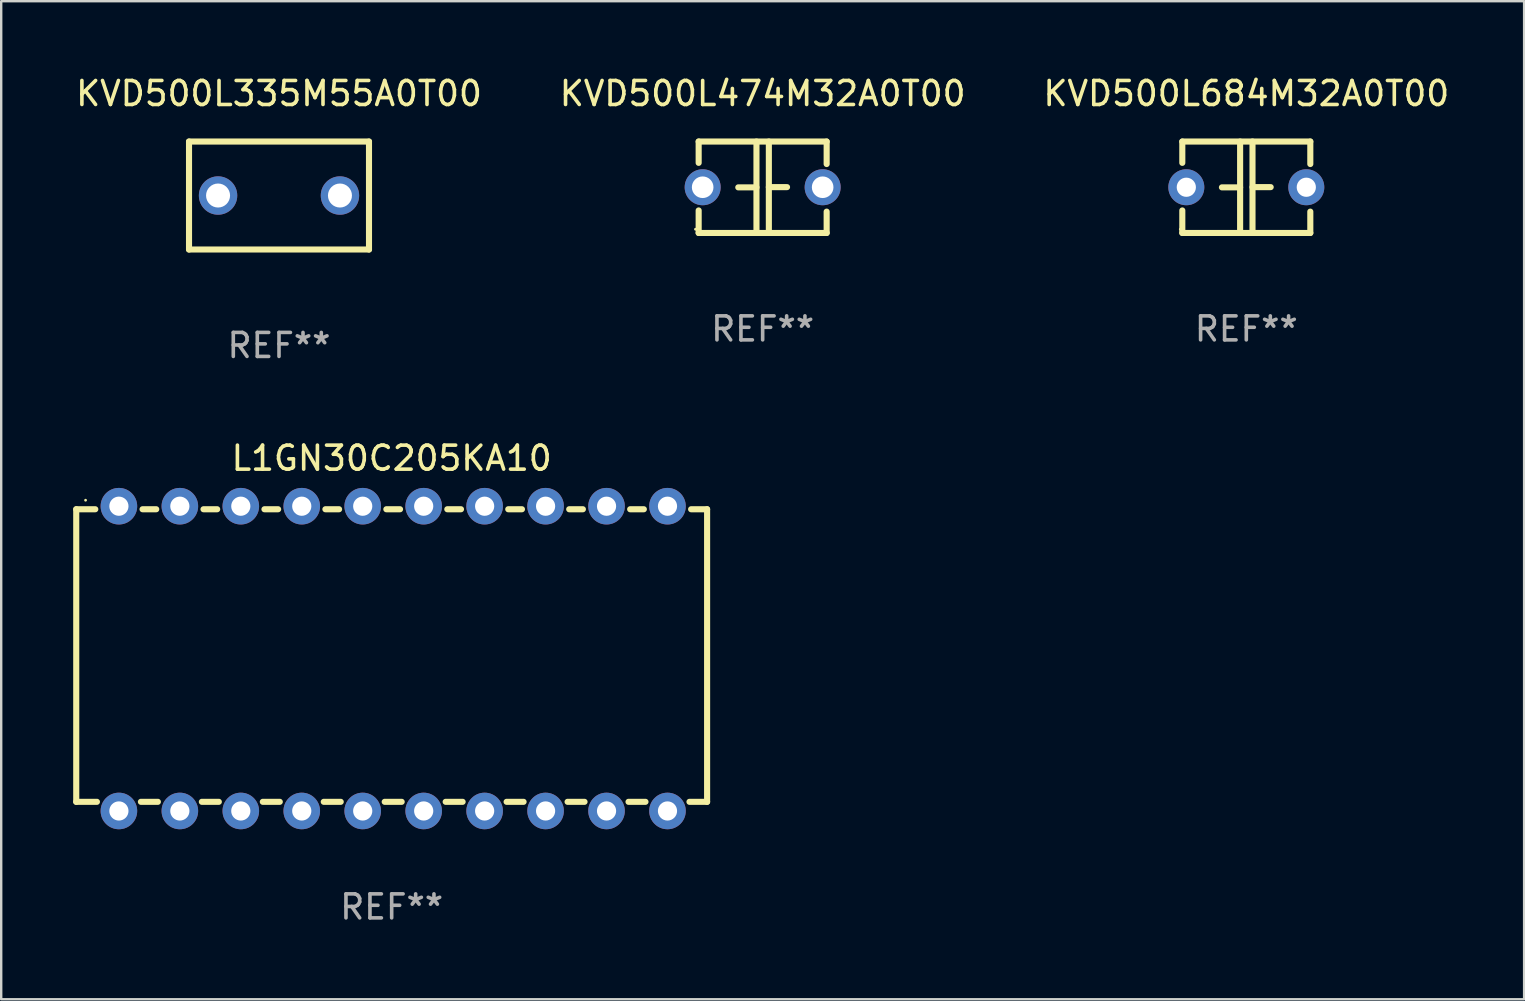
<source format=kicad_pcb>
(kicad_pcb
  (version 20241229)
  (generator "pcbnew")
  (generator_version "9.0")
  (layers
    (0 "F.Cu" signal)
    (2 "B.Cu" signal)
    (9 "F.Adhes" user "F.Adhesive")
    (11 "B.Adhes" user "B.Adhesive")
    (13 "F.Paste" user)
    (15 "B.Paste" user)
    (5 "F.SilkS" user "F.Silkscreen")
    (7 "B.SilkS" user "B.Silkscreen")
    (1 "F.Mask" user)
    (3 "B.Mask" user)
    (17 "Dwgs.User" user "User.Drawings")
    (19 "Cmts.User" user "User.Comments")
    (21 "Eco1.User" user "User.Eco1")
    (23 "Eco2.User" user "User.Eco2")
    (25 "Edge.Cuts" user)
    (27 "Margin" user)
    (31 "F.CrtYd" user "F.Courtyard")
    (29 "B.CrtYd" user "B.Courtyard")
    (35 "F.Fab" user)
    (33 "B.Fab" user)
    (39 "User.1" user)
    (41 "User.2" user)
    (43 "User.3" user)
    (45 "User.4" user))
  (footprint "L1GN30C205KA10"
    (layer "F.Cu")
    (at 13.272 24.395)
    (property "Reference" "L1GN30C205KA10" (at 0 -8.35 0) (layer "F.SilkS") (effects (font (size 1 1) (thickness 0.15))))
    (attr through_hole)
    (fp_line (start -13.145 -6.223) (end -12.351 -6.223) (stroke (width 0.254) (type solid)) (layer "F.SilkS"))
    (fp_line (start -13.145 5.969) (end -13.145 -6.223) (stroke (width 0.254) (type solid)) (layer "F.SilkS"))
    (fp_line (start -12.283 5.969) (end -13.145 5.969) (stroke (width 0.254) (type solid)) (layer "F.SilkS"))
    (fp_line (start -10.382 -6.223) (end -9.811 -6.223) (stroke (width 0.254) (type solid)) (layer "F.SilkS"))
    (fp_line (start -9.743 5.969) (end -10.45 5.969) (stroke (width 0.254) (type solid)) (layer "F.SilkS"))
    (fp_line (start -7.842 -6.223) (end -7.271 -6.223) (stroke (width 0.254) (type solid)) (layer "F.SilkS"))
    (fp_line (start -7.203 5.969) (end -7.91 5.969) (stroke (width 0.254) (type solid)) (layer "F.SilkS"))
    (fp_line (start -5.302 -6.223) (end -4.731 -6.223) (stroke (width 0.254) (type solid)) (layer "F.SilkS"))
    (fp_line (start -4.663 5.969) (end -5.37 5.969) (stroke (width 0.254) (type solid)) (layer "F.SilkS"))
    (fp_line (start -2.762 -6.223) (end -2.191 -6.223) (stroke (width 0.254) (type solid)) (layer "F.SilkS"))
    (fp_line (start -2.123 5.969) (end -2.83 5.969) (stroke (width 0.254) (type solid)) (layer "F.SilkS"))
    (fp_line (start -0.222 -6.223) (end 0.349 -6.223) (stroke (width 0.254) (type solid)) (layer "F.SilkS"))
    (fp_line (start 0.417 5.969) (end -0.29 5.969) (stroke (width 0.254) (type solid)) (layer "F.SilkS"))
    (fp_line (start 2.318 -6.223) (end 2.889 -6.223) (stroke (width 0.254) (type solid)) (layer "F.SilkS"))
    (fp_line (start 2.957 5.969) (end 2.25 5.969) (stroke (width 0.254) (type solid)) (layer "F.SilkS"))
    (fp_line (start 4.858 -6.223) (end 5.429 -6.223) (stroke (width 0.254) (type solid)) (layer "F.SilkS"))
    (fp_line (start 5.497 5.969) (end 4.79 5.969) (stroke (width 0.254) (type solid)) (layer "F.SilkS"))
    (fp_line (start 7.398 -6.223) (end 7.969 -6.223) (stroke (width 0.254) (type solid)) (layer "F.SilkS"))
    (fp_line (start 8.037 5.969) (end 7.33 5.969) (stroke (width 0.254) (type solid)) (layer "F.SilkS"))
    (fp_line (start 9.938 -6.223) (end 10.509 -6.223) (stroke (width 0.254) (type solid)) (layer "F.SilkS"))
    (fp_line (start 10.577 5.969) (end 9.87 5.969) (stroke (width 0.254) (type solid)) (layer "F.SilkS"))
    (fp_line (start 12.478 -6.223) (end 13.145 -6.223) (stroke (width 0.254) (type solid)) (layer "F.SilkS"))
    (fp_line (start 13.145 -6.223) (end 13.145 5.969) (stroke (width 0.254) (type solid)) (layer "F.SilkS"))
    (fp_line (start 13.145 5.969) (end 12.41 5.969) (stroke (width 0.254) (type solid)) (layer "F.SilkS"))
    (fp_circle (center -12.756 -6.6) (end -12.726 -6.6) (stroke (width 0.06) (type solid)) (fill no) (layer "F.SilkS"))
    (fp_text user "REF**" (at 0 10.35 0) (layer "F.Fab") (effects (font (size 1 1) (thickness 0.15))))
    (pad "1" thru_hole circle (at -11.367 -6.35) (size 1.524 1.524) (drill 0.8) (layers "*.Cu" "*.Mask"))
    (pad "2" thru_hole circle (at -8.827 -6.35) (size 1.524 1.524) (drill 0.8) (layers "*.Cu" "*.Mask"))
    (pad "3" thru_hole circle (at -6.287 -6.35) (size 1.524 1.524) (drill 0.8) (layers "*.Cu" "*.Mask"))
    (pad "4" thru_hole circle (at -3.747 -6.35) (size 1.524 1.524) (drill 0.8) (layers "*.Cu" "*.Mask"))
    (pad "5" thru_hole circle (at -1.207 -6.35) (size 1.524 1.524) (drill 0.8) (layers "*.Cu" "*.Mask"))
    (pad "6" thru_hole circle (at 1.334 -6.35) (size 1.524 1.524) (drill 0.8) (layers "*.Cu" "*.Mask"))
    (pad "7" thru_hole circle (at 3.874 -6.35) (size 1.524 1.524) (drill 0.8) (layers "*.Cu" "*.Mask"))
    (pad "8" thru_hole circle (at 6.414 -6.35) (size 1.524 1.524) (drill 0.8) (layers "*.Cu" "*.Mask"))
    (pad "9" thru_hole circle (at 8.954 -6.35) (size 1.524 1.524) (drill 0.8) (layers "*.Cu" "*.Mask"))
    (pad "10" thru_hole circle (at 11.494 -6.35) (size 1.524 1.524) (drill 0.8) (layers "*.Cu" "*.Mask"))
    (pad "11" thru_hole circle (at 11.494 6.35) (size 1.524 1.524) (drill 0.8) (layers "*.Cu" "*.Mask"))
    (pad "12" thru_hole circle (at 8.954 6.35) (size 1.524 1.524) (drill 0.8) (layers "*.Cu" "*.Mask"))
    (pad "13" thru_hole circle (at 6.414 6.35) (size 1.524 1.524) (drill 0.8) (layers "*.Cu" "*.Mask"))
    (pad "14" thru_hole circle (at 3.874 6.35) (size 1.524 1.524) (drill 0.8) (layers "*.Cu" "*.Mask"))
    (pad "15" thru_hole circle (at 1.334 6.35) (size 1.524 1.524) (drill 0.8) (layers "*.Cu" "*.Mask"))
    (pad "16" thru_hole circle (at -1.207 6.35) (size 1.524 1.524) (drill 0.8) (layers "*.Cu" "*.Mask"))
    (pad "17" thru_hole circle (at -3.747 6.35) (size 1.524 1.524) (drill 0.8) (layers "*.Cu" "*.Mask"))
    (pad "18" thru_hole circle (at -6.287 6.35) (size 1.524 1.524) (drill 0.8) (layers "*.Cu" "*.Mask"))
    (pad "19" thru_hole circle (at -8.827 6.35) (size 1.524 1.524) (drill 0.8) (layers "*.Cu" "*.Mask"))
    (pad "20" thru_hole circle (at -11.367 6.35) (size 1.524 1.524) (drill 0.8) (layers "*.Cu" "*.Mask")))
  (footprint "KVD500L474M32A0T00"
    (layer "F.Cu")
    (at 28.732 4.753)
    (property "Reference" "KVD500L474M32A0T00" (at 0 -3.905 0) (layer "F.SilkS") (effects (font (size 1 1) (thickness 0.15))))
    (attr through_hole)
    (fp_line (start -2.667 -1.905) (end -2.667 -1.016) (stroke (width 0.254) (type solid)) (layer "F.SilkS"))
    (fp_line (start -2.667 0.967) (end -2.667 1.905) (stroke (width 0.254) (type solid)) (layer "F.SilkS"))
    (fp_line (start -2.667 1.905) (end 2.667 1.905) (stroke (width 0.254) (type solid)) (layer "F.SilkS"))
    (fp_line (start -0.258 0.005) (end -1.016 0.005) (stroke (width 0.254) (type solid)) (layer "F.SilkS"))
    (fp_line (start -0.258 1.905) (end -0.258 -1.905) (stroke (width 0.254) (type solid)) (layer "F.SilkS"))
    (fp_line (start 0.258 -1.905) (end 0.258 1.905) (stroke (width 0.254) (type solid)) (layer "F.SilkS"))
    (fp_line (start 0.258 -0.005) (end 1.016 -0.005) (stroke (width 0.254) (type solid)) (layer "F.SilkS"))
    (fp_line (start 2.667 -1.905) (end -2.667 -1.905) (stroke (width 0.254) (type solid)) (layer "F.SilkS"))
    (fp_line (start 2.667 -0.967) (end 2.667 -1.905) (stroke (width 0.254) (type solid)) (layer "F.SilkS"))
    (fp_line (start 2.667 1.905) (end 2.667 1.016) (stroke (width 0.254) (type solid)) (layer "F.SilkS"))
    (fp_circle (center -2.8 1.75) (end -2.77 1.75) (stroke (width 0.06) (type solid)) (fill no) (layer "F.SilkS"))
    (fp_text user "REF**" (at 0 5.905 0) (layer "F.Fab") (effects (font (size 1 1) (thickness 0.15))))
    (pad "1" thru_hole circle (at -2.5 0) (size 1.5 1.5) (drill 0.9) (layers "*.Cu" "*.Mask"))
    (pad "2" thru_hole circle (at 2.5 0) (size 1.5 1.5) (drill 0.9) (layers "*.Cu" "*.Mask")))
  (footprint "KVD500L335M55A0T00"
    (layer "F.Cu")
    (at 8.577 5.098)
    (property "Reference" "KVD500L335M55A0T00" (at 0 -4.25 0) (layer "F.SilkS") (effects (font (size 1 1) (thickness 0.15))))
    (attr through_hole)
    (fp_line (start -3.75 -2.25) (end -3.75 2.25) (stroke (width 0.254) (type solid)) (layer "F.SilkS"))
    (fp_line (start -3.75 -2.25) (end 3.75 -2.25) (stroke (width 0.254) (type solid)) (layer "F.SilkS"))
    (fp_line (start 3.75 -2.25) (end 3.75 2.25) (stroke (width 0.254) (type solid)) (layer "F.SilkS"))
    (fp_line (start 3.75 2.25) (end -3.75 2.25) (stroke (width 0.254) (type solid)) (layer "F.SilkS"))
    (fp_circle (center -3.75 2.25) (end -3.72 2.25) (stroke (width 0.06) (type solid)) (fill no) (layer "F.SilkS"))
    (fp_text user "REF**" (at 0 6.25 0) (layer "F.Fab") (effects (font (size 1 1) (thickness 0.15))))
    (pad "1" thru_hole circle (at -2.54 0) (size 1.6 1.6) (drill 1) (layers "*.Cu" "*.Mask"))
    (pad "2" thru_hole circle (at 2.54 0) (size 1.6 1.6) (drill 1) (layers "*.Cu" "*.Mask")))
  (footprint "KVD500L684M32A0T00"
    (layer "F.Cu")
    (at 48.887 4.753)
    (property "Reference" "KVD500L684M32A0T00" (at 0 -3.905 0) (layer "F.SilkS") (effects (font (size 1 1) (thickness 0.15))))
    (attr through_hole)
    (fp_line (start -2.667 -1.905) (end -2.667 -1.016) (stroke (width 0.254) (type solid)) (layer "F.SilkS"))
    (fp_line (start -2.667 0.967) (end -2.667 1.905) (stroke (width 0.254) (type solid)) (layer "F.SilkS"))
    (fp_line (start -2.667 1.905) (end 2.667 1.905) (stroke (width 0.254) (type solid)) (layer "F.SilkS"))
    (fp_line (start -0.258 0.005) (end -1.016 0.005) (stroke (width 0.254) (type solid)) (layer "F.SilkS"))
    (fp_line (start -0.258 1.905) (end -0.258 -1.905) (stroke (width 0.254) (type solid)) (layer "F.SilkS"))
    (fp_line (start 0.258 -1.905) (end 0.258 1.905) (stroke (width 0.254) (type solid)) (layer "F.SilkS"))
    (fp_line (start 0.258 -0.005) (end 1.016 -0.005) (stroke (width 0.254) (type solid)) (layer "F.SilkS"))
    (fp_line (start 2.667 -1.905) (end -2.667 -1.905) (stroke (width 0.254) (type solid)) (layer "F.SilkS"))
    (fp_line (start 2.667 -0.967) (end 2.667 -1.905) (stroke (width 0.254) (type solid)) (layer "F.SilkS"))
    (fp_line (start 2.667 1.905) (end 2.667 1.016) (stroke (width 0.254) (type solid)) (layer "F.SilkS"))
    (fp_circle (center -2.75 1.75) (end -2.72 1.75) (stroke (width 0.06) (type solid)) (fill no) (layer "F.SilkS"))
    (fp_text user "REF**" (at 0 5.905 0) (layer "F.Fab") (effects (font (size 1 1) (thickness 0.15))))
    (pad "1" thru_hole circle (at -2.5 0) (size 1.5 1.5) (drill 0.8) (layers "*.Cu" "*.Mask"))
    (pad "2" thru_hole circle (at 2.5 0) (size 1.5 1.5) (drill 0.8) (layers "*.Cu" "*.Mask")))
  (gr_rect
    (start -3 -3)
    (end 60.464 38.593)
    (stroke (width 0.1) (type default))
    (fill no)
    (layer "Edge.Cuts")))
</source>
